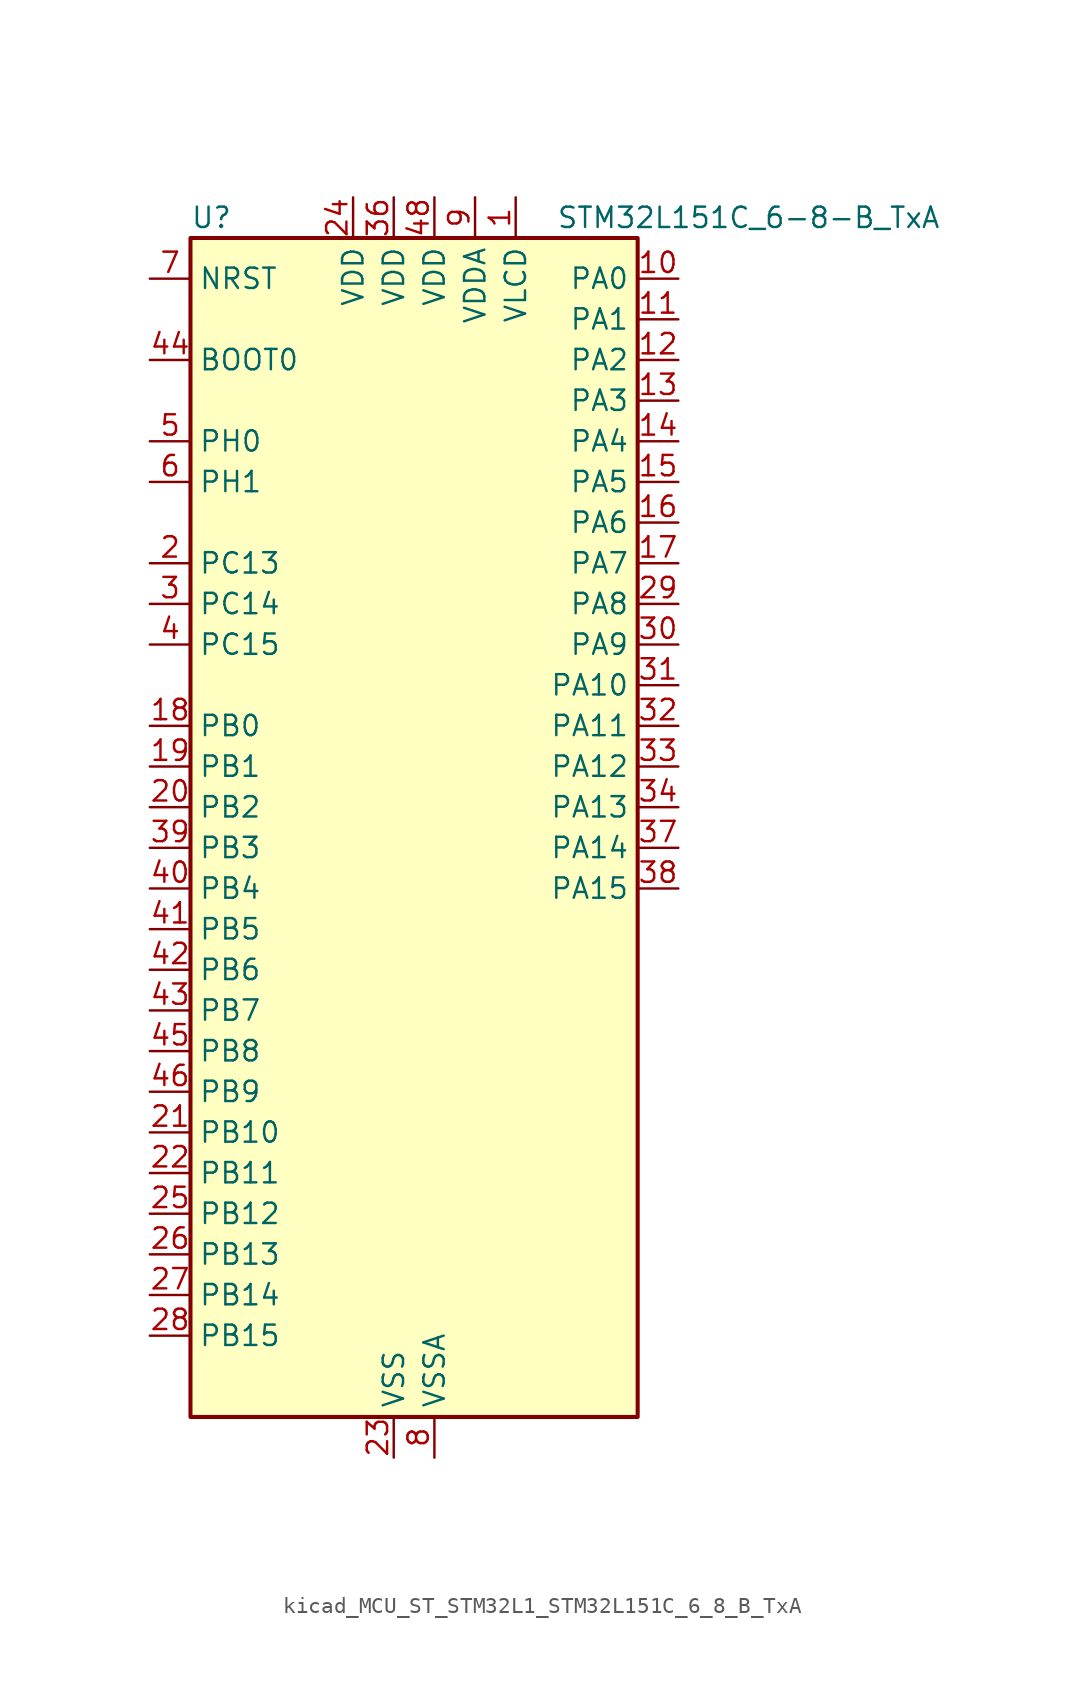
<source format=kicad_sym>
(kicad_symbol_lib
  (version 20220914)
  (generator kicad_symbol_editor)
  (symbol "kicad_MCU_ST_STM32L1_STM32L151C_6_8_B_TxA"
    (property "Reference" "U"
      (at -12.7 39.37 0)
      (effects (font (size 1.27 1.27)) (justify left)))
    (property "Value" "STM32L151C_6-8-B_TxA"
      (at 10.16 39.37 0)
      (effects (font (size 1.27 1.27)) (justify left)))
    (property "ki_locked" ""
      (at 0 0 0)
      (effects (font (size 1.27 1.27))))
    (symbol "kicad_MCU_ST_STM32L1_STM32L151C_6_8_B_TxA_0_1"
      (rectangle (start -12.7 -35.56) (end 15.24 38.1) (stroke (width 0.254) (type default)) (fill (type background))))
    (symbol "kicad_MCU_ST_STM32L1_STM32L151C_6_8_B_TxA_1_1"
      (pin power_in line (at 7.62 40.64 270) (length 2.54) (name "VLCD" (effects (font (size 1.27 1.27)))) (number "1" (effects (font (size 1.27 1.27)))))
      (pin bidirectional line (at 17.78 35.56 180) (length 2.54) (name "PA0" (effects (font (size 1.27 1.27)))) (number "10" (effects (font (size 1.27 1.27)))) (alternate "ADC_IN0" bidirectional line) (alternate "COMP1_INP" bidirectional line) (alternate "RTC_TAMP2" bidirectional line) (alternate "SYS_WKUP1" bidirectional line) (alternate "TIM2_CH1" bidirectional line) (alternate "TIM2_ETR" bidirectional line) (alternate "TIMX_IC1" bidirectional line) (alternate "TS_G1_IO1" bidirectional line) (alternate "USART2_CTS" bidirectional line))
      (pin bidirectional line (at 17.78 33.02 180) (length 2.54) (name "PA1" (effects (font (size 1.27 1.27)))) (number "11" (effects (font (size 1.27 1.27)))) (alternate "ADC_IN1" bidirectional line) (alternate "COMP1_INP" bidirectional line) (alternate "TIM2_CH2" bidirectional line) (alternate "TIMX_IC2" bidirectional line) (alternate "TS_G1_IO2" bidirectional line) (alternate "USART2_RTS" bidirectional line))
      (pin bidirectional line (at 17.78 30.48 180) (length 2.54) (name "PA2" (effects (font (size 1.27 1.27)))) (number "12" (effects (font (size 1.27 1.27)))) (alternate "ADC_IN2" bidirectional line) (alternate "COMP1_INP" bidirectional line) (alternate "TIM2_CH3" bidirectional line) (alternate "TIM9_CH1" bidirectional line) (alternate "TIMX_IC3" bidirectional line) (alternate "TS_G1_IO3" bidirectional line) (alternate "USART2_TX" bidirectional line))
      (pin bidirectional line (at 17.78 27.94 180) (length 2.54) (name "PA3" (effects (font (size 1.27 1.27)))) (number "13" (effects (font (size 1.27 1.27)))) (alternate "ADC_IN3" bidirectional line) (alternate "COMP1_INP" bidirectional line) (alternate "TIM2_CH4" bidirectional line) (alternate "TIM9_CH2" bidirectional line) (alternate "TIMX_IC4" bidirectional line) (alternate "TS_G1_IO4" bidirectional line) (alternate "USART2_RX" bidirectional line))
      (pin bidirectional line (at 17.78 25.4 180) (length 2.54) (name "PA4" (effects (font (size 1.27 1.27)))) (number "14" (effects (font (size 1.27 1.27)))) (alternate "ADC_IN4" bidirectional line) (alternate "COMP1_INP" bidirectional line) (alternate "DAC_OUT1" bidirectional line) (alternate "SPI1_NSS" bidirectional line) (alternate "TIMX_IC1" bidirectional line) (alternate "USART2_CK" bidirectional line))
      (pin bidirectional line (at 17.78 22.86 180) (length 2.54) (name "PA5" (effects (font (size 1.27 1.27)))) (number "15" (effects (font (size 1.27 1.27)))) (alternate "ADC_IN5" bidirectional line) (alternate "COMP1_INP" bidirectional line) (alternate "DAC_OUT2" bidirectional line) (alternate "SPI1_SCK" bidirectional line) (alternate "TIM2_CH1" bidirectional line) (alternate "TIM2_ETR" bidirectional line) (alternate "TIMX_IC2" bidirectional line))
      (pin bidirectional line (at 17.78 20.32 180) (length 2.54) (name "PA6" (effects (font (size 1.27 1.27)))) (number "16" (effects (font (size 1.27 1.27)))) (alternate "ADC_IN6" bidirectional line) (alternate "COMP1_INP" bidirectional line) (alternate "SPI1_MISO" bidirectional line) (alternate "TIM10_CH1" bidirectional line) (alternate "TIM3_CH1" bidirectional line) (alternate "TIMX_IC3" bidirectional line) (alternate "TS_G2_IO1" bidirectional line))
      (pin bidirectional line (at 17.78 17.78 180) (length 2.54) (name "PA7" (effects (font (size 1.27 1.27)))) (number "17" (effects (font (size 1.27 1.27)))) (alternate "ADC_IN7" bidirectional line) (alternate "COMP1_INP" bidirectional line) (alternate "SPI1_MOSI" bidirectional line) (alternate "TIM11_CH1" bidirectional line) (alternate "TIM3_CH2" bidirectional line) (alternate "TIMX_IC4" bidirectional line) (alternate "TS_G2_IO2" bidirectional line))
      (pin bidirectional line (at -15.24 7.62 0) (length 2.54) (name "PB0" (effects (font (size 1.27 1.27)))) (number "18" (effects (font (size 1.27 1.27)))) (alternate "ADC_IN8" bidirectional line) (alternate "COMP1_INP" bidirectional line) (alternate "SYS_V_REF_OUT" bidirectional line) (alternate "TIM3_CH3" bidirectional line) (alternate "TS_G3_IO1" bidirectional line))
      (pin bidirectional line (at -15.24 5.08 0) (length 2.54) (name "PB1" (effects (font (size 1.27 1.27)))) (number "19" (effects (font (size 1.27 1.27)))) (alternate "ADC_IN9" bidirectional line) (alternate "COMP1_INP" bidirectional line) (alternate "SYS_V_REF_OUT" bidirectional line) (alternate "TIM3_CH4" bidirectional line) (alternate "TS_G3_IO2" bidirectional line))
      (pin bidirectional line (at -15.24 17.78 0) (length 2.54) (name "PC13" (effects (font (size 1.27 1.27)))) (number "2" (effects (font (size 1.27 1.27)))) (alternate "RTC_OUT_ALARM" bidirectional line) (alternate "RTC_OUT_CALIB" bidirectional line) (alternate "RTC_TAMP1" bidirectional line) (alternate "RTC_TS" bidirectional line) (alternate "SYS_WKUP2" bidirectional line) (alternate "TIMX_IC2" bidirectional line))
      (pin bidirectional line (at -15.24 2.54 0) (length 2.54) (name "PB2" (effects (font (size 1.27 1.27)))) (number "20" (effects (font (size 1.27 1.27)))) (alternate "TS_G3_IO3" bidirectional line))
      (pin bidirectional line (at -15.24 -17.78 0) (length 2.54) (name "PB10" (effects (font (size 1.27 1.27)))) (number "21" (effects (font (size 1.27 1.27)))) (alternate "I2C2_SCL" bidirectional line) (alternate "TIM2_CH3" bidirectional line) (alternate "USART3_TX" bidirectional line))
      (pin bidirectional line (at -15.24 -20.32 0) (length 2.54) (name "PB11" (effects (font (size 1.27 1.27)))) (number "22" (effects (font (size 1.27 1.27)))) (alternate "ADC_EXTI11" bidirectional line) (alternate "I2C2_SDA" bidirectional line) (alternate "TIM2_CH4" bidirectional line) (alternate "USART3_RX" bidirectional line))
      (pin power_in line (at 0 -38.1 90) (length 2.54) (name "VSS" (effects (font (size 1.27 1.27)))) (number "23" (effects (font (size 1.27 1.27)))))
      (pin power_in line (at -2.54 40.64 270) (length 2.54) (name "VDD" (effects (font (size 1.27 1.27)))) (number "24" (effects (font (size 1.27 1.27)))))
      (pin bidirectional line (at -15.24 -22.86 0) (length 2.54) (name "PB12" (effects (font (size 1.27 1.27)))) (number "25" (effects (font (size 1.27 1.27)))) (alternate "ADC_IN18" bidirectional line) (alternate "COMP1_INP" bidirectional line) (alternate "I2C2_SMBA" bidirectional line) (alternate "SPI2_NSS" bidirectional line) (alternate "TIM10_CH1" bidirectional line) (alternate "TS_G7_IO1" bidirectional line) (alternate "USART3_CK" bidirectional line))
      (pin bidirectional line (at -15.24 -25.4 0) (length 2.54) (name "PB13" (effects (font (size 1.27 1.27)))) (number "26" (effects (font (size 1.27 1.27)))) (alternate "ADC_IN19" bidirectional line) (alternate "COMP1_INP" bidirectional line) (alternate "SPI2_SCK" bidirectional line) (alternate "TIM9_CH1" bidirectional line) (alternate "TS_G7_IO2" bidirectional line) (alternate "USART3_CTS" bidirectional line))
      (pin bidirectional line (at -15.24 -27.94 0) (length 2.54) (name "PB14" (effects (font (size 1.27 1.27)))) (number "27" (effects (font (size 1.27 1.27)))) (alternate "ADC_IN20" bidirectional line) (alternate "COMP1_INP" bidirectional line) (alternate "SPI2_MISO" bidirectional line) (alternate "TIM9_CH2" bidirectional line) (alternate "TS_G7_IO3" bidirectional line) (alternate "USART3_RTS" bidirectional line))
      (pin bidirectional line (at -15.24 -30.48 0) (length 2.54) (name "PB15" (effects (font (size 1.27 1.27)))) (number "28" (effects (font (size 1.27 1.27)))) (alternate "ADC_EXTI15" bidirectional line) (alternate "ADC_IN21" bidirectional line) (alternate "COMP1_INP" bidirectional line) (alternate "RTC_REFIN" bidirectional line) (alternate "SPI2_MOSI" bidirectional line) (alternate "TIM11_CH1" bidirectional line) (alternate "TS_G7_IO4" bidirectional line))
      (pin bidirectional line (at 17.78 15.24 180) (length 2.54) (name "PA8" (effects (font (size 1.27 1.27)))) (number "29" (effects (font (size 1.27 1.27)))) (alternate "RCC_MCO" bidirectional line) (alternate "TIMX_IC1" bidirectional line) (alternate "TS_G4_IO1" bidirectional line) (alternate "USART1_CK" bidirectional line))
      (pin bidirectional line (at -15.24 15.24 0) (length 2.54) (name "PC14" (effects (font (size 1.27 1.27)))) (number "3" (effects (font (size 1.27 1.27)))) (alternate "RCC_OSC32_IN" bidirectional line) (alternate "TIMX_IC3" bidirectional line))
      (pin bidirectional line (at 17.78 12.7 180) (length 2.54) (name "PA9" (effects (font (size 1.27 1.27)))) (number "30" (effects (font (size 1.27 1.27)))) (alternate "DAC_EXTI9" bidirectional line) (alternate "TIMX_IC2" bidirectional line) (alternate "TS_G4_IO2" bidirectional line) (alternate "USART1_TX" bidirectional line))
      (pin bidirectional line (at 17.78 10.16 180) (length 2.54) (name "PA10" (effects (font (size 1.27 1.27)))) (number "31" (effects (font (size 1.27 1.27)))) (alternate "TIMX_IC3" bidirectional line) (alternate "TS_G4_IO3" bidirectional line) (alternate "USART1_RX" bidirectional line))
      (pin bidirectional line (at 17.78 7.62 180) (length 2.54) (name "PA11" (effects (font (size 1.27 1.27)))) (number "32" (effects (font (size 1.27 1.27)))) (alternate "ADC_EXTI11" bidirectional line) (alternate "SPI1_MISO" bidirectional line) (alternate "TIMX_IC4" bidirectional line) (alternate "USART1_CTS" bidirectional line) (alternate "USB_DM" bidirectional line))
      (pin bidirectional line (at 17.78 5.08 180) (length 2.54) (name "PA12" (effects (font (size 1.27 1.27)))) (number "33" (effects (font (size 1.27 1.27)))) (alternate "SPI1_MOSI" bidirectional line) (alternate "TIMX_IC1" bidirectional line) (alternate "USART1_RTS" bidirectional line) (alternate "USB_DP" bidirectional line))
      (pin bidirectional line (at 17.78 2.54 180) (length 2.54) (name "PA13" (effects (font (size 1.27 1.27)))) (number "34" (effects (font (size 1.27 1.27)))) (alternate "SYS_JTMS-SWDIO" bidirectional line) (alternate "TIMX_IC2" bidirectional line) (alternate "TS_G5_IO1" bidirectional line))
      (pin passive line (at 0 -38.1 90) (length 2.54) hide (name "VSS" (effects (font (size 1.27 1.27)))) (number "35" (effects (font (size 1.27 1.27)))))
      (pin power_in line (at 0 40.64 270) (length 2.54) (name "VDD" (effects (font (size 1.27 1.27)))) (number "36" (effects (font (size 1.27 1.27)))))
      (pin bidirectional line (at 17.78 0 180) (length 2.54) (name "PA14" (effects (font (size 1.27 1.27)))) (number "37" (effects (font (size 1.27 1.27)))) (alternate "SYS_JTCK-SWCLK" bidirectional line) (alternate "TIMX_IC3" bidirectional line) (alternate "TS_G5_IO2" bidirectional line))
      (pin bidirectional line (at 17.78 -2.54 180) (length 2.54) (name "PA15" (effects (font (size 1.27 1.27)))) (number "38" (effects (font (size 1.27 1.27)))) (alternate "ADC_EXTI15" bidirectional line) (alternate "SPI1_NSS" bidirectional line) (alternate "SYS_JTDI" bidirectional line) (alternate "TIM2_CH1" bidirectional line) (alternate "TIM2_ETR" bidirectional line) (alternate "TIMX_IC4" bidirectional line) (alternate "TS_G5_IO3" bidirectional line))
      (pin bidirectional line (at -15.24 0 0) (length 2.54) (name "PB3" (effects (font (size 1.27 1.27)))) (number "39" (effects (font (size 1.27 1.27)))) (alternate "COMP2_INM" bidirectional line) (alternate "SPI1_SCK" bidirectional line) (alternate "SYS_JTDO-TRACESWO" bidirectional line) (alternate "TIM2_CH2" bidirectional line))
      (pin bidirectional line (at -15.24 12.7 0) (length 2.54) (name "PC15" (effects (font (size 1.27 1.27)))) (number "4" (effects (font (size 1.27 1.27)))) (alternate "ADC_EXTI15" bidirectional line) (alternate "RCC_OSC32_OUT" bidirectional line) (alternate "TIMX_IC4" bidirectional line))
      (pin bidirectional line (at -15.24 -2.54 0) (length 2.54) (name "PB4" (effects (font (size 1.27 1.27)))) (number "40" (effects (font (size 1.27 1.27)))) (alternate "COMP2_INP" bidirectional line) (alternate "SPI1_MISO" bidirectional line) (alternate "SYS_JTRST" bidirectional line) (alternate "TIM3_CH1" bidirectional line) (alternate "TS_G6_IO1" bidirectional line))
      (pin bidirectional line (at -15.24 -5.08 0) (length 2.54) (name "PB5" (effects (font (size 1.27 1.27)))) (number "41" (effects (font (size 1.27 1.27)))) (alternate "COMP2_INP" bidirectional line) (alternate "I2C1_SMBA" bidirectional line) (alternate "SPI1_MOSI" bidirectional line) (alternate "TIM3_CH2" bidirectional line) (alternate "TS_G6_IO2" bidirectional line))
      (pin bidirectional line (at -15.24 -7.62 0) (length 2.54) (name "PB6" (effects (font (size 1.27 1.27)))) (number "42" (effects (font (size 1.27 1.27)))) (alternate "I2C1_SCL" bidirectional line) (alternate "TIM4_CH1" bidirectional line) (alternate "TS_G6_IO3" bidirectional line) (alternate "USART1_TX" bidirectional line))
      (pin bidirectional line (at -15.24 -10.16 0) (length 2.54) (name "PB7" (effects (font (size 1.27 1.27)))) (number "43" (effects (font (size 1.27 1.27)))) (alternate "I2C1_SDA" bidirectional line) (alternate "SYS_PVD_IN" bidirectional line) (alternate "TIM4_CH2" bidirectional line) (alternate "TS_G6_IO4" bidirectional line) (alternate "USART1_RX" bidirectional line))
      (pin input line (at -15.24 30.48 0) (length 2.54) (name "BOOT0" (effects (font (size 1.27 1.27)))) (number "44" (effects (font (size 1.27 1.27)))))
      (pin bidirectional line (at -15.24 -12.7 0) (length 2.54) (name "PB8" (effects (font (size 1.27 1.27)))) (number "45" (effects (font (size 1.27 1.27)))) (alternate "I2C1_SCL" bidirectional line) (alternate "TIM10_CH1" bidirectional line) (alternate "TIM4_CH3" bidirectional line))
      (pin bidirectional line (at -15.24 -15.24 0) (length 2.54) (name "PB9" (effects (font (size 1.27 1.27)))) (number "46" (effects (font (size 1.27 1.27)))) (alternate "DAC_EXTI9" bidirectional line) (alternate "I2C1_SDA" bidirectional line) (alternate "TIM11_CH1" bidirectional line) (alternate "TIM4_CH4" bidirectional line))
      (pin passive line (at 0 -38.1 90) (length 2.54) hide (name "VSS" (effects (font (size 1.27 1.27)))) (number "47" (effects (font (size 1.27 1.27)))))
      (pin power_in line (at 2.54 40.64 270) (length 2.54) (name "VDD" (effects (font (size 1.27 1.27)))) (number "48" (effects (font (size 1.27 1.27)))))
      (pin bidirectional line (at -15.24 25.4 0) (length 2.54) (name "PH0" (effects (font (size 1.27 1.27)))) (number "5" (effects (font (size 1.27 1.27)))) (alternate "RCC_OSC_IN" bidirectional line))
      (pin bidirectional line (at -15.24 22.86 0) (length 2.54) (name "PH1" (effects (font (size 1.27 1.27)))) (number "6" (effects (font (size 1.27 1.27)))) (alternate "RCC_OSC_OUT" bidirectional line))
      (pin input line (at -15.24 35.56 0) (length 2.54) (name "NRST" (effects (font (size 1.27 1.27)))) (number "7" (effects (font (size 1.27 1.27)))))
      (pin power_in line (at 2.54 -38.1 90) (length 2.54) (name "VSSA" (effects (font (size 1.27 1.27)))) (number "8" (effects (font (size 1.27 1.27)))))
      (pin power_in line (at 5.08 40.64 270) (length 2.54) (name "VDDA" (effects (font (size 1.27 1.27)))) (number "9" (effects (font (size 1.27 1.27))))))))
</source>
